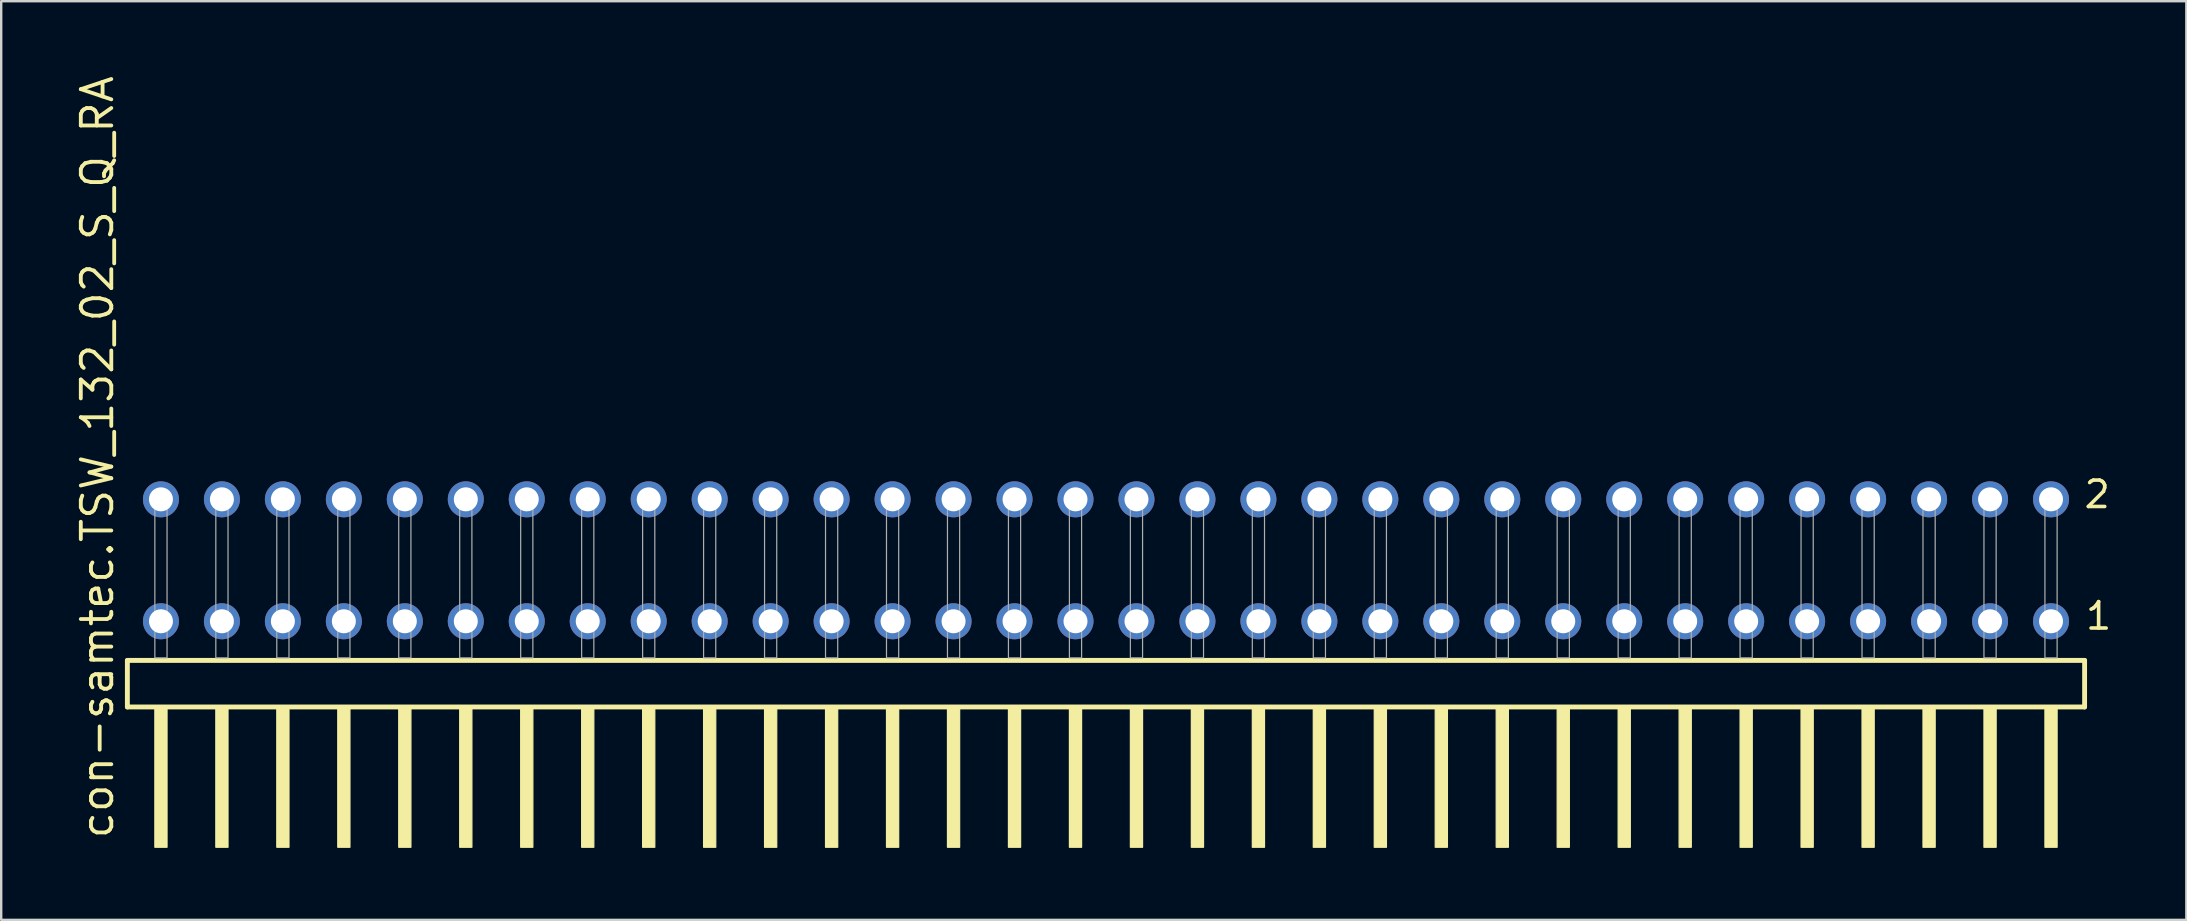
<source format=kicad_pcb>
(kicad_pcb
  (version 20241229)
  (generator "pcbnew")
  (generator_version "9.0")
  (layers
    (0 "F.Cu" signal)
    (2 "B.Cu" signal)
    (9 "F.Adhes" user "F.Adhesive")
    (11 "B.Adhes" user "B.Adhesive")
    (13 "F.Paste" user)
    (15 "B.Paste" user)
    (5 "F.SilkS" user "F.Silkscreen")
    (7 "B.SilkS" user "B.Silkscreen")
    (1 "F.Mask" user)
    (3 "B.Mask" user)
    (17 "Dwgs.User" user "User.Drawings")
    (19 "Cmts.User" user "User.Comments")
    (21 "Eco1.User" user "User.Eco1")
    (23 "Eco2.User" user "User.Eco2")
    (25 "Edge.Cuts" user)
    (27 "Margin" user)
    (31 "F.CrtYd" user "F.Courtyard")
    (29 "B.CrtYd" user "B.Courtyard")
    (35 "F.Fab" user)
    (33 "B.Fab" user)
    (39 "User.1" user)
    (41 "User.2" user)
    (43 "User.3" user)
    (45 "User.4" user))
  (footprint "con-samtec.TSW_132_02_S_Q_RA"
    (layer "F.Cu")
    (at 43.025 24.356)
    (property "Reference" "con-samtec.TSW_132_02_S_Q_RA" (at -41.275 7.62 90) (layer "F.SilkS") (effects (font (size 1.27 1.27) (thickness 0.16)) (justify left bottom)))
    (attr through_hole)
    (fp_line (start -40.769 0.106) (end -40.769 2.046) (stroke (width 0.203) (type default)) (layer "F.SilkS"))
    (fp_line (start -40.769 2.046) (end 40.769 2.046) (stroke (width 0.203) (type default)) (layer "F.SilkS"))
    (fp_line (start 40.769 0.106) (end -40.769 0.106) (stroke (width 0.203) (type default)) (layer "F.SilkS"))
    (fp_line (start 40.769 2.046) (end 40.769 0.106) (stroke (width 0.203) (type default)) (layer "F.SilkS"))
    (fp_rect (start -39.624 7.89) (end -39.116 2.04) (stroke (width 0.05) (type default)) (fill yes) (layer "F.SilkS"))
    (fp_rect (start -37.084 7.89) (end -36.576 2.04) (stroke (width 0.05) (type default)) (fill yes) (layer "F.SilkS"))
    (fp_rect (start -34.544 7.89) (end -34.036 2.04) (stroke (width 0.05) (type default)) (fill yes) (layer "F.SilkS"))
    (fp_rect (start -32.004 7.89) (end -31.496 2.04) (stroke (width 0.05) (type default)) (fill yes) (layer "F.SilkS"))
    (fp_rect (start -29.464 7.89) (end -28.956 2.04) (stroke (width 0.05) (type default)) (fill yes) (layer "F.SilkS"))
    (fp_rect (start -26.924 7.89) (end -26.416 2.04) (stroke (width 0.05) (type default)) (fill yes) (layer "F.SilkS"))
    (fp_rect (start -24.384 7.89) (end -23.876 2.04) (stroke (width 0.05) (type default)) (fill yes) (layer "F.SilkS"))
    (fp_rect (start -21.844 7.89) (end -21.336 2.04) (stroke (width 0.05) (type default)) (fill yes) (layer "F.SilkS"))
    (fp_rect (start -19.304 7.89) (end -18.796 2.04) (stroke (width 0.05) (type default)) (fill yes) (layer "F.SilkS"))
    (fp_rect (start -16.764 7.89) (end -16.256 2.04) (stroke (width 0.05) (type default)) (fill yes) (layer "F.SilkS"))
    (fp_rect (start -14.224 7.89) (end -13.716 2.04) (stroke (width 0.05) (type default)) (fill yes) (layer "F.SilkS"))
    (fp_rect (start -11.684 7.89) (end -11.176 2.04) (stroke (width 0.05) (type default)) (fill yes) (layer "F.SilkS"))
    (fp_rect (start -9.144 7.89) (end -8.636 2.04) (stroke (width 0.05) (type default)) (fill yes) (layer "F.SilkS"))
    (fp_rect (start -6.604 7.89) (end -6.096 2.04) (stroke (width 0.05) (type default)) (fill yes) (layer "F.SilkS"))
    (fp_rect (start -4.064 7.89) (end -3.556 2.04) (stroke (width 0.05) (type default)) (fill yes) (layer "F.SilkS"))
    (fp_rect (start -1.524 7.89) (end -1.016 2.04) (stroke (width 0.05) (type default)) (fill yes) (layer "F.SilkS"))
    (fp_rect (start 1.016 7.89) (end 1.524 2.04) (stroke (width 0.05) (type default)) (fill yes) (layer "F.SilkS"))
    (fp_rect (start 3.556 7.89) (end 4.064 2.04) (stroke (width 0.05) (type default)) (fill yes) (layer "F.SilkS"))
    (fp_rect (start 6.096 7.89) (end 6.604 2.04) (stroke (width 0.05) (type default)) (fill yes) (layer "F.SilkS"))
    (fp_rect (start 8.636 7.89) (end 9.144 2.04) (stroke (width 0.05) (type default)) (fill yes) (layer "F.SilkS"))
    (fp_rect (start 11.176 7.89) (end 11.684 2.04) (stroke (width 0.05) (type default)) (fill yes) (layer "F.SilkS"))
    (fp_rect (start 13.716 7.89) (end 14.224 2.04) (stroke (width 0.05) (type default)) (fill yes) (layer "F.SilkS"))
    (fp_rect (start 16.256 7.89) (end 16.764 2.04) (stroke (width 0.05) (type default)) (fill yes) (layer "F.SilkS"))
    (fp_rect (start 18.796 7.89) (end 19.304 2.04) (stroke (width 0.05) (type default)) (fill yes) (layer "F.SilkS"))
    (fp_rect (start 21.336 7.89) (end 21.844 2.04) (stroke (width 0.05) (type default)) (fill yes) (layer "F.SilkS"))
    (fp_rect (start 23.876 7.89) (end 24.384 2.04) (stroke (width 0.05) (type default)) (fill yes) (layer "F.SilkS"))
    (fp_rect (start 26.416 7.89) (end 26.924 2.04) (stroke (width 0.05) (type default)) (fill yes) (layer "F.SilkS"))
    (fp_rect (start 28.956 7.89) (end 29.464 2.04) (stroke (width 0.05) (type default)) (fill yes) (layer "F.SilkS"))
    (fp_rect (start 31.496 7.89) (end 32.004 2.04) (stroke (width 0.05) (type default)) (fill yes) (layer "F.SilkS"))
    (fp_rect (start 34.036 7.89) (end 34.544 2.04) (stroke (width 0.05) (type default)) (fill yes) (layer "F.SilkS"))
    (fp_rect (start 36.576 7.89) (end 37.084 2.04) (stroke (width 0.05) (type default)) (fill yes) (layer "F.SilkS"))
    (fp_rect (start 39.116 7.89) (end 39.624 2.04) (stroke (width 0.05) (type default)) (fill yes) (layer "F.SilkS"))
    (fp_rect (start -39.624 0) (end -39.116 -6.858) (stroke (width 0.05) (type default)) (fill no) (layer "F.Fab"))
    (fp_rect (start -37.084 0) (end -36.576 -6.858) (stroke (width 0.05) (type default)) (fill no) (layer "F.Fab"))
    (fp_rect (start -34.544 0) (end -34.036 -6.858) (stroke (width 0.05) (type default)) (fill no) (layer "F.Fab"))
    (fp_rect (start -32.004 0) (end -31.496 -6.858) (stroke (width 0.05) (type default)) (fill no) (layer "F.Fab"))
    (fp_rect (start -29.464 0) (end -28.956 -6.858) (stroke (width 0.05) (type default)) (fill no) (layer "F.Fab"))
    (fp_rect (start -26.924 0) (end -26.416 -6.858) (stroke (width 0.05) (type default)) (fill no) (layer "F.Fab"))
    (fp_rect (start -24.384 0) (end -23.876 -6.858) (stroke (width 0.05) (type default)) (fill no) (layer "F.Fab"))
    (fp_rect (start -21.844 0) (end -21.336 -6.858) (stroke (width 0.05) (type default)) (fill no) (layer "F.Fab"))
    (fp_rect (start -19.304 0) (end -18.796 -6.858) (stroke (width 0.05) (type default)) (fill no) (layer "F.Fab"))
    (fp_rect (start -16.764 0) (end -16.256 -6.858) (stroke (width 0.05) (type default)) (fill no) (layer "F.Fab"))
    (fp_rect (start -14.224 0) (end -13.716 -6.858) (stroke (width 0.05) (type default)) (fill no) (layer "F.Fab"))
    (fp_rect (start -11.684 0) (end -11.176 -6.858) (stroke (width 0.05) (type default)) (fill no) (layer "F.Fab"))
    (fp_rect (start -9.144 0) (end -8.636 -6.858) (stroke (width 0.05) (type default)) (fill no) (layer "F.Fab"))
    (fp_rect (start -6.604 0) (end -6.096 -6.858) (stroke (width 0.05) (type default)) (fill no) (layer "F.Fab"))
    (fp_rect (start -4.064 0) (end -3.556 -6.858) (stroke (width 0.05) (type default)) (fill no) (layer "F.Fab"))
    (fp_rect (start -1.524 0) (end -1.016 -6.858) (stroke (width 0.05) (type default)) (fill no) (layer "F.Fab"))
    (fp_rect (start 1.016 0) (end 1.524 -6.858) (stroke (width 0.05) (type default)) (fill no) (layer "F.Fab"))
    (fp_rect (start 3.556 0) (end 4.064 -6.858) (stroke (width 0.05) (type default)) (fill no) (layer "F.Fab"))
    (fp_rect (start 6.096 0) (end 6.604 -6.858) (stroke (width 0.05) (type default)) (fill no) (layer "F.Fab"))
    (fp_rect (start 8.636 0) (end 9.144 -6.858) (stroke (width 0.05) (type default)) (fill no) (layer "F.Fab"))
    (fp_rect (start 11.176 0) (end 11.684 -6.858) (stroke (width 0.05) (type default)) (fill no) (layer "F.Fab"))
    (fp_rect (start 13.716 0) (end 14.224 -6.858) (stroke (width 0.05) (type default)) (fill no) (layer "F.Fab"))
    (fp_rect (start 16.256 0) (end 16.764 -6.858) (stroke (width 0.05) (type default)) (fill no) (layer "F.Fab"))
    (fp_rect (start 18.796 0) (end 19.304 -6.858) (stroke (width 0.05) (type default)) (fill no) (layer "F.Fab"))
    (fp_rect (start 21.336 0) (end 21.844 -6.858) (stroke (width 0.05) (type default)) (fill no) (layer "F.Fab"))
    (fp_rect (start 23.876 0) (end 24.384 -6.858) (stroke (width 0.05) (type default)) (fill no) (layer "F.Fab"))
    (fp_rect (start 26.416 0) (end 26.924 -6.858) (stroke (width 0.05) (type default)) (fill no) (layer "F.Fab"))
    (fp_rect (start 28.956 0) (end 29.464 -6.858) (stroke (width 0.05) (type default)) (fill no) (layer "F.Fab"))
    (fp_rect (start 31.496 0) (end 32.004 -6.858) (stroke (width 0.05) (type default)) (fill no) (layer "F.Fab"))
    (fp_rect (start 34.036 0) (end 34.544 -6.858) (stroke (width 0.05) (type default)) (fill no) (layer "F.Fab"))
    (fp_rect (start 36.576 0) (end 37.084 -6.858) (stroke (width 0.05) (type default)) (fill no) (layer "F.Fab"))
    (fp_rect (start 39.116 0) (end 39.624 -6.858) (stroke (width 0.05) (type default)) (fill no) (layer "F.Fab"))
    (fp_text user "1" (at 40.73 -1.1 0) (layer "F.SilkS") (effects (font (size 1.1 1.1) (thickness 0.15)) (justify left bottom)))
    (fp_text user "2" (at 40.67 -6.165 0) (layer "F.SilkS") (effects (font (size 1.1 1.1) (thickness 0.15)) (justify left bottom)))
    (pad "1" thru_hole circle (at 39.37 -1.524 180) (size 1.5 1.5) (drill 1) (layers "*.Cu" "*.Mask"))
    (pad "2" thru_hole circle (at 39.37 -6.604 180) (size 1.5 1.5) (drill 1) (layers "*.Cu" "*.Mask"))
    (pad "3" thru_hole circle (at 36.83 -1.524 180) (size 1.5 1.5) (drill 1) (layers "*.Cu" "*.Mask"))
    (pad "4" thru_hole circle (at 36.83 -6.604 180) (size 1.5 1.5) (drill 1) (layers "*.Cu" "*.Mask"))
    (pad "5" thru_hole circle (at 34.29 -1.524 180) (size 1.5 1.5) (drill 1) (layers "*.Cu" "*.Mask"))
    (pad "6" thru_hole circle (at 34.29 -6.604 180) (size 1.5 1.5) (drill 1) (layers "*.Cu" "*.Mask"))
    (pad "7" thru_hole circle (at 31.75 -1.524 180) (size 1.5 1.5) (drill 1) (layers "*.Cu" "*.Mask"))
    (pad "8" thru_hole circle (at 31.75 -6.604 180) (size 1.5 1.5) (drill 1) (layers "*.Cu" "*.Mask"))
    (pad "9" thru_hole circle (at 29.21 -1.524 180) (size 1.5 1.5) (drill 1) (layers "*.Cu" "*.Mask"))
    (pad "10" thru_hole circle (at 29.21 -6.604 180) (size 1.5 1.5) (drill 1) (layers "*.Cu" "*.Mask"))
    (pad "11" thru_hole circle (at 26.67 -1.524 180) (size 1.5 1.5) (drill 1) (layers "*.Cu" "*.Mask"))
    (pad "12" thru_hole circle (at 26.67 -6.604 180) (size 1.5 1.5) (drill 1) (layers "*.Cu" "*.Mask"))
    (pad "13" thru_hole circle (at 24.13 -1.524 180) (size 1.5 1.5) (drill 1) (layers "*.Cu" "*.Mask"))
    (pad "14" thru_hole circle (at 24.13 -6.604 180) (size 1.5 1.5) (drill 1) (layers "*.Cu" "*.Mask"))
    (pad "15" thru_hole circle (at 21.59 -1.524 180) (size 1.5 1.5) (drill 1) (layers "*.Cu" "*.Mask"))
    (pad "16" thru_hole circle (at 21.59 -6.604 180) (size 1.5 1.5) (drill 1) (layers "*.Cu" "*.Mask"))
    (pad "17" thru_hole circle (at 19.05 -1.524 180) (size 1.5 1.5) (drill 1) (layers "*.Cu" "*.Mask"))
    (pad "18" thru_hole circle (at 19.05 -6.604 180) (size 1.5 1.5) (drill 1) (layers "*.Cu" "*.Mask"))
    (pad "19" thru_hole circle (at 16.51 -1.524 180) (size 1.5 1.5) (drill 1) (layers "*.Cu" "*.Mask"))
    (pad "20" thru_hole circle (at 16.51 -6.604 180) (size 1.5 1.5) (drill 1) (layers "*.Cu" "*.Mask"))
    (pad "21" thru_hole circle (at 13.97 -1.524 180) (size 1.5 1.5) (drill 1) (layers "*.Cu" "*.Mask"))
    (pad "22" thru_hole circle (at 13.97 -6.604 180) (size 1.5 1.5) (drill 1) (layers "*.Cu" "*.Mask"))
    (pad "23" thru_hole circle (at 11.43 -1.524 180) (size 1.5 1.5) (drill 1) (layers "*.Cu" "*.Mask"))
    (pad "24" thru_hole circle (at 11.43 -6.604 180) (size 1.5 1.5) (drill 1) (layers "*.Cu" "*.Mask"))
    (pad "25" thru_hole circle (at 8.89 -1.524 180) (size 1.5 1.5) (drill 1) (layers "*.Cu" "*.Mask"))
    (pad "26" thru_hole circle (at 8.89 -6.604 180) (size 1.5 1.5) (drill 1) (layers "*.Cu" "*.Mask"))
    (pad "27" thru_hole circle (at 6.35 -1.524 180) (size 1.5 1.5) (drill 1) (layers "*.Cu" "*.Mask"))
    (pad "28" thru_hole circle (at 6.35 -6.604 180) (size 1.5 1.5) (drill 1) (layers "*.Cu" "*.Mask"))
    (pad "29" thru_hole circle (at 3.81 -1.524 180) (size 1.5 1.5) (drill 1) (layers "*.Cu" "*.Mask"))
    (pad "30" thru_hole circle (at 3.81 -6.604 180) (size 1.5 1.5) (drill 1) (layers "*.Cu" "*.Mask"))
    (pad "31" thru_hole circle (at 1.27 -1.524 180) (size 1.5 1.5) (drill 1) (layers "*.Cu" "*.Mask"))
    (pad "32" thru_hole circle (at 1.27 -6.604 180) (size 1.5 1.5) (drill 1) (layers "*.Cu" "*.Mask"))
    (pad "33" thru_hole circle (at -1.27 -1.524 180) (size 1.5 1.5) (drill 1) (layers "*.Cu" "*.Mask"))
    (pad "34" thru_hole circle (at -1.27 -6.604 180) (size 1.5 1.5) (drill 1) (layers "*.Cu" "*.Mask"))
    (pad "35" thru_hole circle (at -3.81 -1.524 180) (size 1.5 1.5) (drill 1) (layers "*.Cu" "*.Mask"))
    (pad "36" thru_hole circle (at -3.81 -6.604 180) (size 1.5 1.5) (drill 1) (layers "*.Cu" "*.Mask"))
    (pad "37" thru_hole circle (at -6.35 -1.524 180) (size 1.5 1.5) (drill 1) (layers "*.Cu" "*.Mask"))
    (pad "38" thru_hole circle (at -6.35 -6.604 180) (size 1.5 1.5) (drill 1) (layers "*.Cu" "*.Mask"))
    (pad "39" thru_hole circle (at -8.89 -1.524 180) (size 1.5 1.5) (drill 1) (layers "*.Cu" "*.Mask"))
    (pad "40" thru_hole circle (at -8.89 -6.604 180) (size 1.5 1.5) (drill 1) (layers "*.Cu" "*.Mask"))
    (pad "41" thru_hole circle (at -11.43 -1.524 180) (size 1.5 1.5) (drill 1) (layers "*.Cu" "*.Mask"))
    (pad "42" thru_hole circle (at -11.43 -6.604 180) (size 1.5 1.5) (drill 1) (layers "*.Cu" "*.Mask"))
    (pad "43" thru_hole circle (at -13.97 -1.524 180) (size 1.5 1.5) (drill 1) (layers "*.Cu" "*.Mask"))
    (pad "44" thru_hole circle (at -13.97 -6.604 180) (size 1.5 1.5) (drill 1) (layers "*.Cu" "*.Mask"))
    (pad "45" thru_hole circle (at -16.51 -1.524 180) (size 1.5 1.5) (drill 1) (layers "*.Cu" "*.Mask"))
    (pad "46" thru_hole circle (at -16.51 -6.604 180) (size 1.5 1.5) (drill 1) (layers "*.Cu" "*.Mask"))
    (pad "47" thru_hole circle (at -19.05 -1.524 180) (size 1.5 1.5) (drill 1) (layers "*.Cu" "*.Mask"))
    (pad "48" thru_hole circle (at -19.05 -6.604 180) (size 1.5 1.5) (drill 1) (layers "*.Cu" "*.Mask"))
    (pad "49" thru_hole circle (at -21.59 -1.524 180) (size 1.5 1.5) (drill 1) (layers "*.Cu" "*.Mask"))
    (pad "50" thru_hole circle (at -21.59 -6.604 180) (size 1.5 1.5) (drill 1) (layers "*.Cu" "*.Mask"))
    (pad "51" thru_hole circle (at -24.13 -1.524 180) (size 1.5 1.5) (drill 1) (layers "*.Cu" "*.Mask"))
    (pad "52" thru_hole circle (at -24.13 -6.604 180) (size 1.5 1.5) (drill 1) (layers "*.Cu" "*.Mask"))
    (pad "53" thru_hole circle (at -26.67 -1.524 180) (size 1.5 1.5) (drill 1) (layers "*.Cu" "*.Mask"))
    (pad "54" thru_hole circle (at -26.67 -6.604 180) (size 1.5 1.5) (drill 1) (layers "*.Cu" "*.Mask"))
    (pad "55" thru_hole circle (at -29.21 -1.524 180) (size 1.5 1.5) (drill 1) (layers "*.Cu" "*.Mask"))
    (pad "56" thru_hole circle (at -29.21 -6.604 180) (size 1.5 1.5) (drill 1) (layers "*.Cu" "*.Mask"))
    (pad "57" thru_hole circle (at -31.75 -1.524 180) (size 1.5 1.5) (drill 1) (layers "*.Cu" "*.Mask"))
    (pad "58" thru_hole circle (at -31.75 -6.604 180) (size 1.5 1.5) (drill 1) (layers "*.Cu" "*.Mask"))
    (pad "59" thru_hole circle (at -34.29 -1.524 180) (size 1.5 1.5) (drill 1) (layers "*.Cu" "*.Mask"))
    (pad "60" thru_hole circle (at -34.29 -6.604 180) (size 1.5 1.5) (drill 1) (layers "*.Cu" "*.Mask"))
    (pad "61" thru_hole circle (at -36.83 -1.524 180) (size 1.5 1.5) (drill 1) (layers "*.Cu" "*.Mask"))
    (pad "62" thru_hole circle (at -36.83 -6.604 180) (size 1.5 1.5) (drill 1) (layers "*.Cu" "*.Mask"))
    (pad "63" thru_hole circle (at -39.37 -1.524 180) (size 1.5 1.5) (drill 1) (layers "*.Cu" "*.Mask"))
    (pad "64" thru_hole circle (at -39.37 -6.604 180) (size 1.5 1.5) (drill 1) (layers "*.Cu" "*.Mask")))
  (gr_rect
    (start -3 -3)
    (end 88.033 35.271)
    (stroke (width 0.1) (type default))
    (fill no)
    (layer "Edge.Cuts")))
</source>
